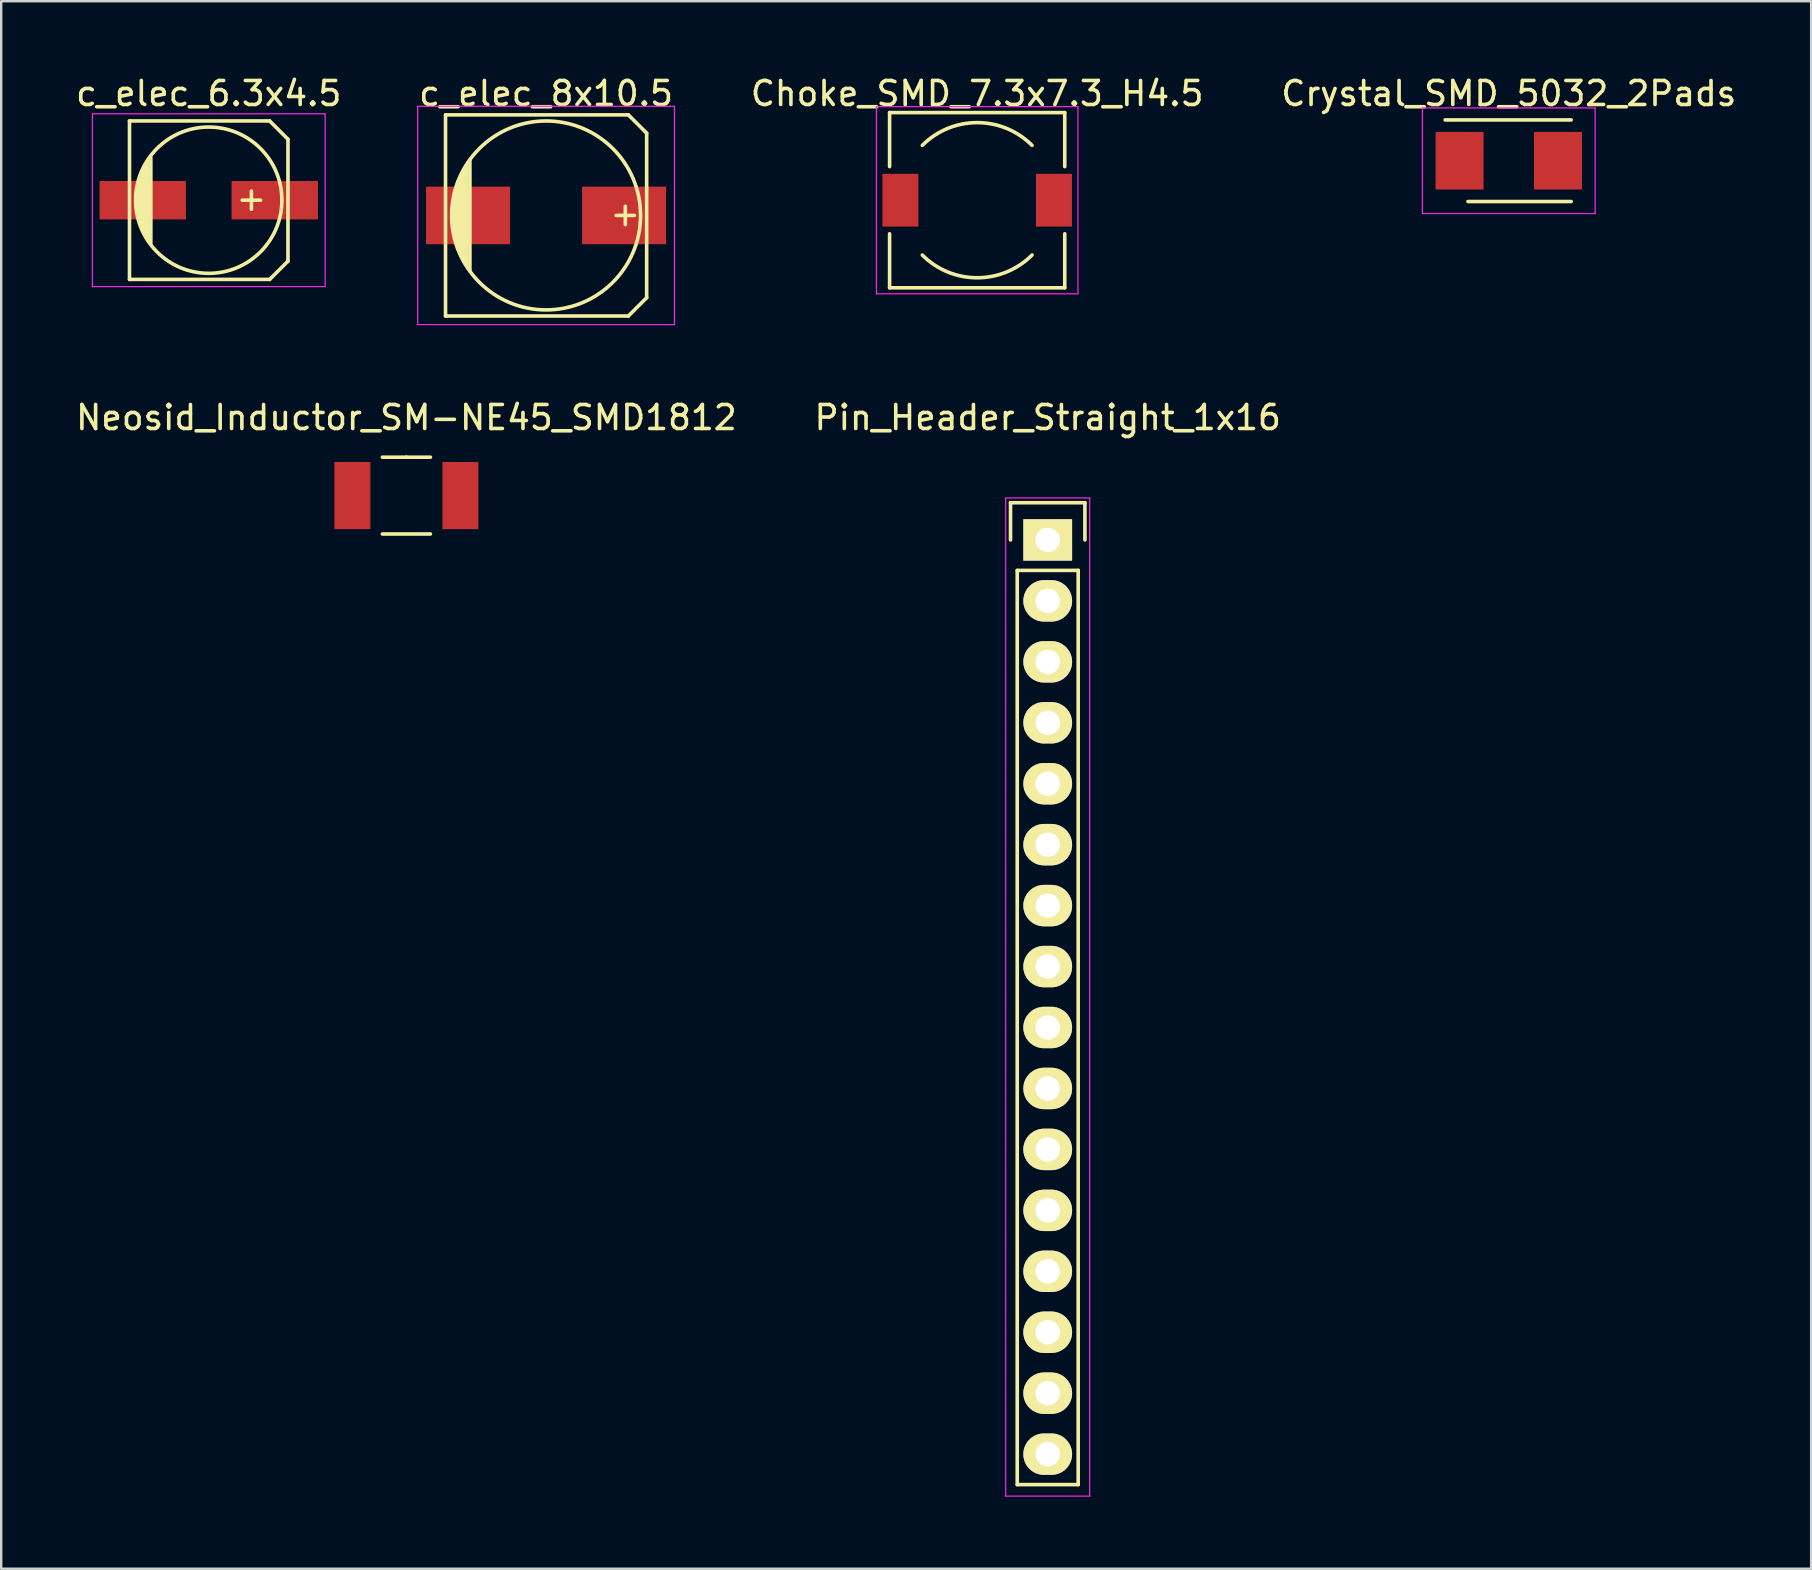
<source format=kicad_pcb>
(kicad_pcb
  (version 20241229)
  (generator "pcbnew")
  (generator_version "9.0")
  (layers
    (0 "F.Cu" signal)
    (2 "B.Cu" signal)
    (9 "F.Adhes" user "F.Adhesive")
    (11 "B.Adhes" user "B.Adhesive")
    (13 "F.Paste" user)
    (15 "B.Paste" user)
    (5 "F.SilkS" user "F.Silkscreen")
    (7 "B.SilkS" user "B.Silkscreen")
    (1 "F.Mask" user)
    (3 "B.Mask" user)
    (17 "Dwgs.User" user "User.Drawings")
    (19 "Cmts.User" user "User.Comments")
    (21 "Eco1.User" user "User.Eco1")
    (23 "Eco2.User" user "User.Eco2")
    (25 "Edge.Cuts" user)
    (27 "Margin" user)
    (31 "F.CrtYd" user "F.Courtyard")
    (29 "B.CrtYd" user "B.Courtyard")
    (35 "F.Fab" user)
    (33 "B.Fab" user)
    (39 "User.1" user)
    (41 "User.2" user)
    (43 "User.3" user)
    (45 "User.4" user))
  (footprint "Crystal_SMD_5032_2Pads"
    (layer "F.Cu")
    (at 59.827 3.648)
    (property "Reference" "Crystal_SMD_5032_2Pads" (at 0 -2.8 0) (layer "F.SilkS") (effects (font (size 1 1) (thickness 0.15))))
    (attr smd)
    (fp_line (start -2.65 -1.7) (end 2.6 -1.7) (stroke (width 0.15) (type solid)) (layer "F.SilkS"))
    (fp_line (start 2.6 1.7) (end -1.7 1.7) (stroke (width 0.15) (type solid)) (layer "F.SilkS"))
    (fp_line (start -3.6 -2.2) (end -3.6 2.2) (stroke (width 0.05) (type solid)) (layer "F.CrtYd"))
    (fp_line (start -3.6 2.2) (end 3.6 2.2) (stroke (width 0.05) (type solid)) (layer "F.CrtYd"))
    (fp_line (start 3.6 -2.2) (end -3.6 -2.2) (stroke (width 0.05) (type solid)) (layer "F.CrtYd"))
    (fp_line (start 3.6 2.2) (end 3.6 -2.2) (stroke (width 0.05) (type solid)) (layer "F.CrtYd"))
    (pad "1" smd rect (at -2.05 0) (size 2 2.4) (layers "F.Cu" "F.Mask" "F.Paste"))
    (pad "2" smd rect (at 2.05 0) (size 2 2.4) (layers "F.Cu" "F.Mask" "F.Paste")))
  (footprint "Pin_Header_Straight_1x16"
    (layer "F.Cu")
    (at 40.613 19.451)
    (property "Reference" "Pin_Header_Straight_1x16" (at 0 -5.1 0) (layer "F.SilkS") (effects (font (size 1 1) (thickness 0.15))))
    (attr through_hole)
    (fp_line (start -1.55 -1.55) (end 1.55 -1.55) (stroke (width 0.15) (type solid)) (layer "F.SilkS"))
    (fp_line (start -1.55 0) (end -1.55 -1.55) (stroke (width 0.15) (type solid)) (layer "F.SilkS"))
    (fp_line (start -1.27 1.27) (end -1.27 39.37) (stroke (width 0.15) (type solid)) (layer "F.SilkS"))
    (fp_line (start -1.27 39.37) (end 1.27 39.37) (stroke (width 0.15) (type solid)) (layer "F.SilkS"))
    (fp_line (start 1.27 1.27) (end -1.27 1.27) (stroke (width 0.15) (type solid)) (layer "F.SilkS"))
    (fp_line (start 1.27 39.37) (end 1.27 1.27) (stroke (width 0.15) (type solid)) (layer "F.SilkS"))
    (fp_line (start 1.55 -1.55) (end 1.55 0) (stroke (width 0.15) (type solid)) (layer "F.SilkS"))
    (fp_line (start -1.75 -1.75) (end -1.75 39.85) (stroke (width 0.05) (type solid)) (layer "F.CrtYd"))
    (fp_line (start -1.75 -1.75) (end 1.75 -1.75) (stroke (width 0.05) (type solid)) (layer "F.CrtYd"))
    (fp_line (start -1.75 39.85) (end 1.75 39.85) (stroke (width 0.05) (type solid)) (layer "F.CrtYd"))
    (fp_line (start 1.75 -1.75) (end 1.75 39.85) (stroke (width 0.05) (type solid)) (layer "F.CrtYd"))
    (pad "1" thru_hole rect (at 0 0) (size 2.032 1.727) (drill 1.016) (layers "*.Cu" "*.Mask" "F.SilkS"))
    (pad "2" thru_hole oval (at 0 2.54) (size 2.032 1.727) (drill 1.016) (layers "*.Cu" "*.Mask" "F.SilkS"))
    (pad "3" thru_hole oval (at 0 5.08) (size 2.032 1.727) (drill 1.016) (layers "*.Cu" "*.Mask" "F.SilkS"))
    (pad "4" thru_hole oval (at 0 7.62) (size 2.032 1.727) (drill 1.016) (layers "*.Cu" "*.Mask" "F.SilkS"))
    (pad "5" thru_hole oval (at 0 10.16) (size 2.032 1.727) (drill 1.016) (layers "*.Cu" "*.Mask" "F.SilkS"))
    (pad "6" thru_hole oval (at 0 12.7) (size 2.032 1.727) (drill 1.016) (layers "*.Cu" "*.Mask" "F.SilkS"))
    (pad "7" thru_hole oval (at 0 15.24) (size 2.032 1.727) (drill 1.016) (layers "*.Cu" "*.Mask" "F.SilkS"))
    (pad "8" thru_hole oval (at 0 17.78) (size 2.032 1.727) (drill 1.016) (layers "*.Cu" "*.Mask" "F.SilkS"))
    (pad "9" thru_hole oval (at 0 20.32) (size 2.032 1.727) (drill 1.016) (layers "*.Cu" "*.Mask" "F.SilkS"))
    (pad "10" thru_hole oval (at 0 22.86) (size 2.032 1.727) (drill 1.016) (layers "*.Cu" "*.Mask" "F.SilkS"))
    (pad "11" thru_hole oval (at 0 25.4) (size 2.032 1.727) (drill 1.016) (layers "*.Cu" "*.Mask" "F.SilkS"))
    (pad "12" thru_hole oval (at 0 27.94) (size 2.032 1.727) (drill 1.016) (layers "*.Cu" "*.Mask" "F.SilkS"))
    (pad "13" thru_hole oval (at 0 30.48) (size 2.032 1.727) (drill 1.016) (layers "*.Cu" "*.Mask" "F.SilkS"))
    (pad "14" thru_hole oval (at 0 33.02) (size 2.032 1.727) (drill 1.016) (layers "*.Cu" "*.Mask" "F.SilkS"))
    (pad "15" thru_hole oval (at 0 35.56) (size 2.032 1.727) (drill 1.016) (layers "*.Cu" "*.Mask" "F.SilkS"))
    (pad "16" thru_hole oval (at 0 38.1) (size 2.032 1.727) (drill 1.016) (layers "*.Cu" "*.Mask" "F.SilkS")))
  (footprint "Choke_SMD_7.3x7.3_H4.5"
    (layer "F.Cu")
    (at 37.673 5.293)
    (property "Reference" "Choke_SMD_7.3x7.3_H4.5" (at 0 -4.445 0) (layer "F.SilkS") (effects (font (size 1 1) (thickness 0.15))))
    (attr smd)
    (fp_line (start -3.65 -3.65) (end -3.65 -1.4) (stroke (width 0.15) (type solid)) (layer "F.SilkS"))
    (fp_line (start -3.65 -3.65) (end 3.65 -3.65) (stroke (width 0.15) (type solid)) (layer "F.SilkS"))
    (fp_line (start -3.65 3.65) (end -3.65 1.4) (stroke (width 0.15) (type solid)) (layer "F.SilkS"))
    (fp_line (start 3.65 -3.65) (end 3.65 -1.4) (stroke (width 0.15) (type solid)) (layer "F.SilkS"))
    (fp_line (start 3.65 3.65) (end -3.65 3.65) (stroke (width 0.15) (type solid)) (layer "F.SilkS"))
    (fp_line (start 3.65 3.65) (end 3.65 1.4) (stroke (width 0.15) (type solid)) (layer "F.SilkS"))
    (fp_arc (start -2.286 -2.286) (mid 0 -3.232892) (end 2.286 -2.286) (stroke (width 0.15) (type solid)) (layer "F.SilkS"))
    (fp_arc (start 2.286 2.286) (mid 0 3.232892) (end -2.286 2.286) (stroke (width 0.15) (type solid)) (layer "F.SilkS"))
    (fp_line (start -4.2 -3.9) (end -4.2 3.9) (stroke (width 0.05) (type solid)) (layer "F.CrtYd"))
    (fp_line (start -4.2 3.9) (end 4.2 3.9) (stroke (width 0.05) (type solid)) (layer "F.CrtYd"))
    (fp_line (start 4.2 -3.9) (end -4.2 -3.9) (stroke (width 0.05) (type solid)) (layer "F.CrtYd"))
    (fp_line (start 4.2 3.9) (end 4.2 -3.9) (stroke (width 0.05) (type solid)) (layer "F.CrtYd"))
    (pad "1" smd rect (at -3.2 0) (size 1.5 2.2) (layers "F.Cu" "F.Mask" "F.Paste"))
    (pad "2" smd rect (at 3.2 0) (size 1.5 2.2) (layers "F.Cu" "F.Mask" "F.Paste")))
  (footprint "Neosid_Inductor_SM-NE45_SMD1812"
    (layer "F.Cu")
    (at 13.887 17.603)
    (property "Reference" "Neosid_Inductor_SM-NE45_SMD1812" (at 0 -3.251 0) (layer "F.SilkS") (effects (font (size 1 1) (thickness 0.15))))
    (attr smd)
    (fp_line (start -1.001 1.6) (end 1.001 1.6) (stroke (width 0.15) (type solid)) (layer "F.SilkS"))
    (fp_line (start 0 -1.6) (end -1.001 -1.6) (stroke (width 0.15) (type solid)) (layer "F.SilkS"))
    (fp_line (start 0 -1.6) (end 1.001 -1.6) (stroke (width 0.15) (type solid)) (layer "F.SilkS"))
    (pad "1" smd rect (at -2.25 0) (size 1.501 2.799) (layers "F.Cu" "F.Mask" "F.Paste"))
    (pad "2" smd rect (at 2.25 0) (size 1.501 2.799) (layers "F.Cu" "F.Mask" "F.Paste")))
  (footprint "c_elec_6.3x4.5"
    (layer "F.Cu")
    (at 5.649 5.293)
    (property "Reference" "c_elec_6.3x4.5" (at 0 -4.445 0) (layer "F.SilkS") (effects (font (size 1 1) (thickness 0.15))))
    (attr smd)
    (fp_line (start -3.302 -3.302) (end -3.302 3.302) (stroke (width 0.15) (type solid)) (layer "F.SilkS"))
    (fp_line (start -3.302 3.302) (end 2.54 3.302) (stroke (width 0.15) (type solid)) (layer "F.SilkS"))
    (fp_line (start -2.921 -0.762) (end -2.921 0.762) (stroke (width 0.15) (type solid)) (layer "F.SilkS"))
    (fp_line (start -2.794 1.143) (end -2.794 -1.143) (stroke (width 0.15) (type solid)) (layer "F.SilkS"))
    (fp_line (start -2.667 -1.397) (end -2.667 1.397) (stroke (width 0.15) (type solid)) (layer "F.SilkS"))
    (fp_line (start -2.54 1.651) (end -2.54 -1.651) (stroke (width 0.15) (type solid)) (layer "F.SilkS"))
    (fp_line (start -2.413 -1.778) (end -2.413 1.778) (stroke (width 0.15) (type solid)) (layer "F.SilkS"))
    (fp_line (start 1.778 -0.381) (end 1.778 0.381) (stroke (width 0.15) (type solid)) (layer "F.SilkS"))
    (fp_line (start 2.159 0) (end 1.397 0) (stroke (width 0.15) (type solid)) (layer "F.SilkS"))
    (fp_line (start 2.54 -3.302) (end -3.302 -3.302) (stroke (width 0.15) (type solid)) (layer "F.SilkS"))
    (fp_line (start 2.54 3.302) (end 3.302 2.54) (stroke (width 0.15) (type solid)) (layer "F.SilkS"))
    (fp_line (start 3.302 -2.54) (end 2.54 -3.302) (stroke (width 0.15) (type solid)) (layer "F.SilkS"))
    (fp_line (start 3.302 2.54) (end 3.302 -2.54) (stroke (width 0.15) (type solid)) (layer "F.SilkS"))
    (fp_circle (center 0 0) (end -3.048 0) (stroke (width 0.15) (type solid)) (fill no) (layer "F.SilkS"))
    (fp_line (start -4.85 -3.6) (end 4.85 -3.6) (stroke (width 0.05) (type solid)) (layer "F.CrtYd"))
    (fp_line (start -4.85 3.6) (end -4.85 -3.6) (stroke (width 0.05) (type solid)) (layer "F.CrtYd"))
    (fp_line (start 4.85 -3.6) (end 4.85 3.6) (stroke (width 0.05) (type solid)) (layer "F.CrtYd"))
    (fp_line (start 4.85 3.6) (end -4.85 3.6) (stroke (width 0.05) (type solid)) (layer "F.CrtYd"))
    (pad "1" smd rect (at 2.751 0) (size 3.599 1.6) (layers "F.Cu" "F.Mask" "F.Paste"))
    (pad "2" smd rect (at -2.751 0) (size 3.599 1.6) (layers "F.Cu" "F.Mask" "F.Paste")))
  (footprint "c_elec_8x10.5"
    (layer "F.Cu")
    (at 19.708 5.928)
    (property "Reference" "c_elec_8x10.5" (at 0 -5.08 0) (layer "F.SilkS") (effects (font (size 1 1) (thickness 0.15))))
    (attr smd)
    (fp_line (start -4.191 -4.191) (end -4.191 4.191) (stroke (width 0.15) (type solid)) (layer "F.SilkS"))
    (fp_line (start -4.191 4.191) (end 3.429 4.191) (stroke (width 0.15) (type solid)) (layer "F.SilkS"))
    (fp_line (start -3.81 -1.016) (end -3.81 1.016) (stroke (width 0.15) (type solid)) (layer "F.SilkS"))
    (fp_line (start -3.683 1.397) (end -3.683 -1.397) (stroke (width 0.15) (type solid)) (layer "F.SilkS"))
    (fp_line (start -3.556 -1.651) (end -3.556 1.651) (stroke (width 0.15) (type solid)) (layer "F.SilkS"))
    (fp_line (start -3.429 1.905) (end -3.429 -1.905) (stroke (width 0.15) (type solid)) (layer "F.SilkS"))
    (fp_line (start -3.302 2.032) (end -3.302 -2.032) (stroke (width 0.15) (type solid)) (layer "F.SilkS"))
    (fp_line (start -3.175 -2.286) (end -3.175 2.286) (stroke (width 0.15) (type solid)) (layer "F.SilkS"))
    (fp_line (start 3.302 -0.381) (end 3.302 0.381) (stroke (width 0.15) (type solid)) (layer "F.SilkS"))
    (fp_line (start 3.429 -4.191) (end -4.191 -4.191) (stroke (width 0.15) (type solid)) (layer "F.SilkS"))
    (fp_line (start 3.429 4.191) (end 4.191 3.429) (stroke (width 0.15) (type solid)) (layer "F.SilkS"))
    (fp_line (start 3.683 0) (end 2.921 0) (stroke (width 0.15) (type solid)) (layer "F.SilkS"))
    (fp_line (start 4.191 -3.429) (end 3.429 -4.191) (stroke (width 0.15) (type solid)) (layer "F.SilkS"))
    (fp_line (start 4.191 3.429) (end 4.191 -3.429) (stroke (width 0.15) (type solid)) (layer "F.SilkS"))
    (fp_circle (center 0 0) (end 3.937 0) (stroke (width 0.15) (type solid)) (fill no) (layer "F.SilkS"))
    (fp_line (start -5.35 -4.55) (end 5.35 -4.55) (stroke (width 0.05) (type solid)) (layer "F.CrtYd"))
    (fp_line (start -5.35 4.55) (end -5.35 -4.55) (stroke (width 0.05) (type solid)) (layer "F.CrtYd"))
    (fp_line (start 5.35 -4.55) (end 5.35 4.55) (stroke (width 0.05) (type solid)) (layer "F.CrtYd"))
    (fp_line (start 5.35 4.55) (end -5.35 4.55) (stroke (width 0.05) (type solid)) (layer "F.CrtYd"))
    (pad "1" smd rect (at 3.251 0) (size 3.5 2.4) (layers "F.Cu" "F.Mask" "F.Paste"))
    (pad "2" smd rect (at -3.251 0) (size 3.5 2.4) (layers "F.Cu" "F.Mask" "F.Paste")))
  (gr_rect
    (start -3 -3)
    (end 72.429 62.327)
    (stroke (width 0.1) (type default))
    (fill no)
    (layer "Edge.Cuts")))
</source>
